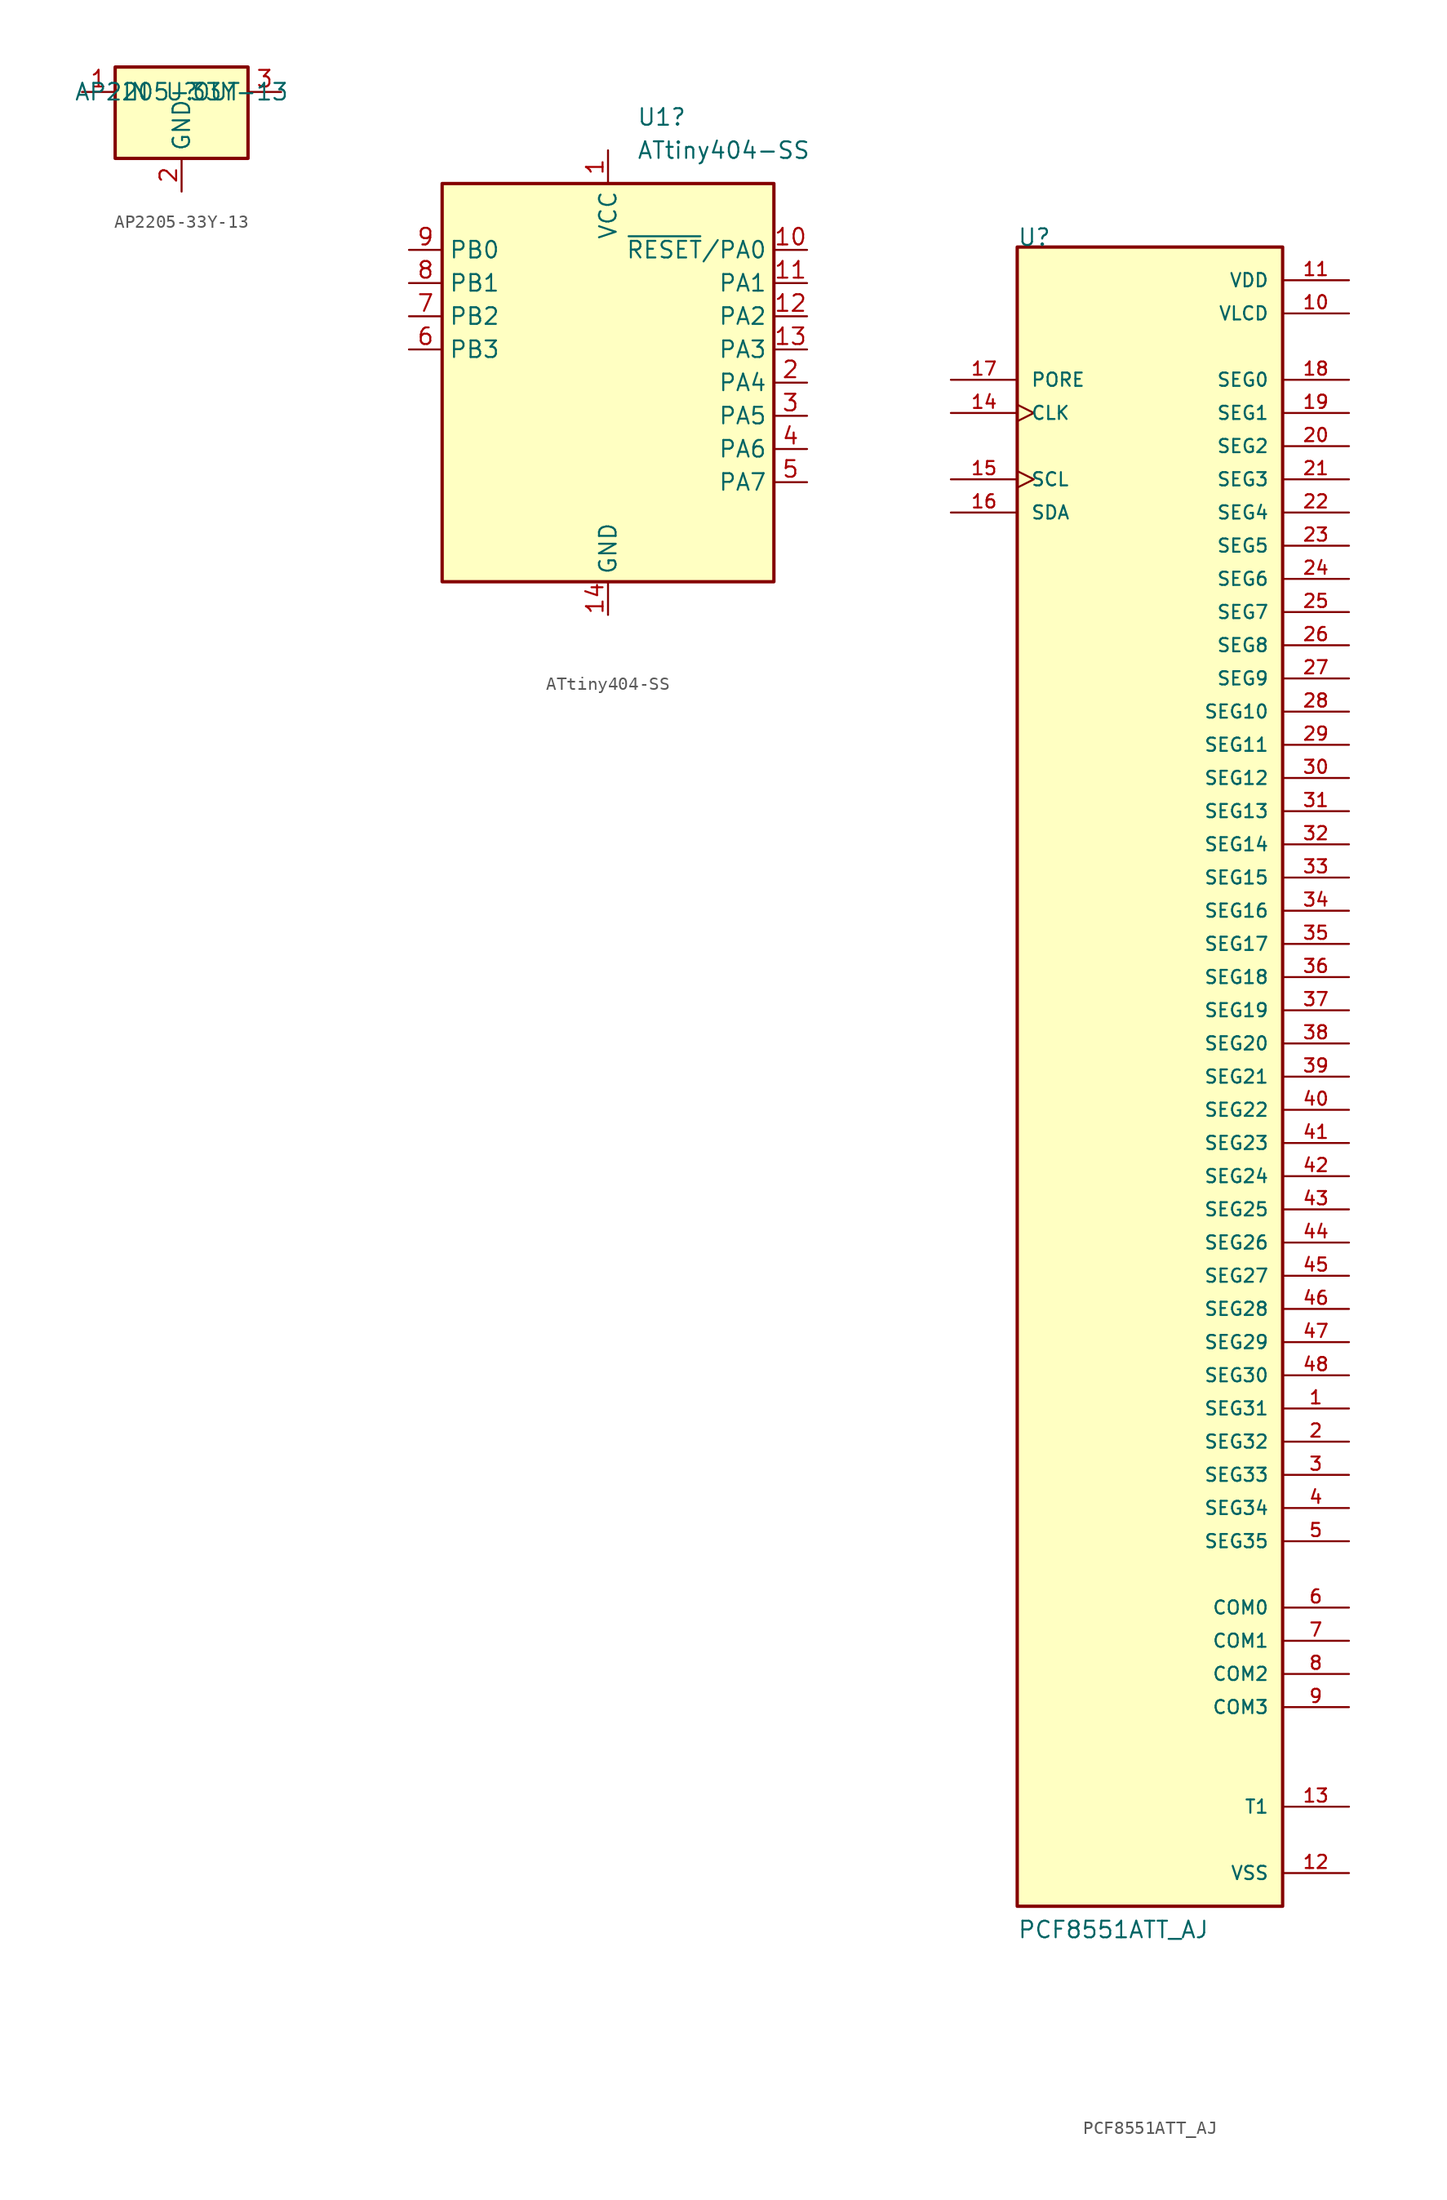
<source format=kicad_sym>
(kicad_symbol_lib
  (version 20231120)
  (generator "kicad_symbol_editor")
  (generator_version "8.0")
  (symbol "AP2205-33Y-13"
    (property "Reference" "U"
      (at 0 0 0)
      (effects (font (size 1.27 1.27))))
    (property "Value" "AP2205-33Y-13"
      (at 0 0 0)
      (effects (font (size 1.27 1.27))))
    (symbol "AP2205-33Y-13_0_1"
      (rectangle (start -5.08 1.905) (end 5.08 -5.08) (stroke (width 0.254) (type default)) (fill (type background))))
    (symbol "AP2205-33Y-13_1_1"
      (pin power_in line (at -7.62 0 0) (length 2.54) (name "IN" (effects (font (size 1.27 1.27)))) (number "1" (effects (font (size 1.27 1.27)))))
      (pin power_in line (at 0 -7.62 90) (length 2.54) (name "GND" (effects (font (size 1.27 1.27)))) (number "2" (effects (font (size 1.27 1.27)))))
      (pin power_out line (at 7.62 0 180) (length 2.54) (name "OUT" (effects (font (size 1.27 1.27)))) (number "3" (effects (font (size 1.27 1.27)))))))
  (symbol "ATtiny404-SS"
    (property "Reference" "U1"
      (at 2.194 20.32 0)
      (effects (font (size 1.27 1.27)) (justify left)))
    (property "Value" "ATtiny404-SS"
      (at 2.194 17.78 0)
      (effects (font (size 1.27 1.27)) (justify left)))
    (symbol "ATtiny404-SS_0_1"
      (rectangle (start -12.7 -15.24) (end 12.7 15.24) (stroke (width 0.254) (type default)) (fill (type background))))
    (symbol "ATtiny404-SS_1_1"
      (pin power_in line (at 0 17.78 270) (length 2.54) (name "VCC" (effects (font (size 1.27 1.27)))) (number "1" (effects (font (size 1.27 1.27)))))
      (pin bidirectional line (at 15.24 10.16 180) (length 2.54) (name "~{RESET}/PA0" (effects (font (size 1.27 1.27)))) (number "10" (effects (font (size 1.27 1.27)))))
      (pin bidirectional line (at 15.24 7.62 180) (length 2.54) (name "PA1" (effects (font (size 1.27 1.27)))) (number "11" (effects (font (size 1.27 1.27)))))
      (pin bidirectional line (at 15.24 5.08 180) (length 2.54) (name "PA2" (effects (font (size 1.27 1.27)))) (number "12" (effects (font (size 1.27 1.27)))))
      (pin bidirectional line (at 15.24 2.54 180) (length 2.54) (name "PA3" (effects (font (size 1.27 1.27)))) (number "13" (effects (font (size 1.27 1.27)))))
      (pin power_in line (at 0 -17.78 90) (length 2.54) (name "GND" (effects (font (size 1.27 1.27)))) (number "14" (effects (font (size 1.27 1.27)))))
      (pin bidirectional line (at 15.24 0 180) (length 2.54) (name "PA4" (effects (font (size 1.27 1.27)))) (number "2" (effects (font (size 1.27 1.27)))))
      (pin bidirectional line (at 15.24 -2.54 180) (length 2.54) (name "PA5" (effects (font (size 1.27 1.27)))) (number "3" (effects (font (size 1.27 1.27)))))
      (pin bidirectional line (at 15.24 -5.08 180) (length 2.54) (name "PA6" (effects (font (size 1.27 1.27)))) (number "4" (effects (font (size 1.27 1.27)))))
      (pin bidirectional line (at 15.24 -7.62 180) (length 2.54) (name "PA7" (effects (font (size 1.27 1.27)))) (number "5" (effects (font (size 1.27 1.27)))))
      (pin bidirectional line (at -15.24 2.54 0) (length 2.54) (name "PB3" (effects (font (size 1.27 1.27)))) (number "6" (effects (font (size 1.27 1.27)))))
      (pin bidirectional line (at -15.24 5.08 0) (length 2.54) (name "PB2" (effects (font (size 1.27 1.27)))) (number "7" (effects (font (size 1.27 1.27)))))
      (pin bidirectional line (at -15.24 7.62 0) (length 2.54) (name "PB1" (effects (font (size 1.27 1.27)))) (number "8" (effects (font (size 1.27 1.27)))))
      (pin bidirectional line (at -15.24 10.16 0) (length 2.54) (name "PB0" (effects (font (size 1.27 1.27)))) (number "9" (effects (font (size 1.27 1.27)))))))
  (symbol "PCF8551ATT_AJ"
    (pin_names
      (offset 1.016))
    (property "Reference" "U"
      (at -10.16 63.5 0)
      (effects (font (size 1.27 1.27)) (justify left bottom)))
    (property "Value" "PCF8551ATT_AJ"
      (at -10.16 -66.04 0)
      (effects (font (size 1.27 1.27)) (justify left bottom)))
    (symbol "PCF8551ATT_AJ_0_0"
      (rectangle (start -10.16 -63.5) (end 10.16 63.5) (stroke (width 0.254) (type default)) (fill (type background)))
      (pin output line (at 15.24 -25.4 180) (length 5.08) (name "SEG31" (effects (font (size 1.016 1.016)))) (number "1" (effects (font (size 1.016 1.016)))))
      (pin power_in line (at 15.24 58.42 180) (length 5.08) (name "VLCD" (effects (font (size 1.016 1.016)))) (number "10" (effects (font (size 1.016 1.016)))))
      (pin power_in line (at 15.24 60.96 180) (length 5.08) (name "VDD" (effects (font (size 1.016 1.016)))) (number "11" (effects (font (size 1.016 1.016)))))
      (pin power_in line (at 15.24 -60.96 180) (length 5.08) (name "VSS" (effects (font (size 1.016 1.016)))) (number "12" (effects (font (size 1.016 1.016)))))
      (pin passive line (at 15.24 -55.88 180) (length 5.08) (name "T1" (effects (font (size 1.016 1.016)))) (number "13" (effects (font (size 1.016 1.016)))))
      (pin bidirectional clock (at -15.24 50.8 0) (length 5.08) (name "CLK" (effects (font (size 1.016 1.016)))) (number "14" (effects (font (size 1.016 1.016)))))
      (pin input clock (at -15.24 45.72 0) (length 5.08) (name "SCL" (effects (font (size 1.016 1.016)))) (number "15" (effects (font (size 1.016 1.016)))))
      (pin bidirectional line (at -15.24 43.18 0) (length 5.08) (name "SDA" (effects (font (size 1.016 1.016)))) (number "16" (effects (font (size 1.016 1.016)))))
      (pin input line (at -15.24 53.34 0) (length 5.08) (name "PORE" (effects (font (size 1.016 1.016)))) (number "17" (effects (font (size 1.016 1.016)))))
      (pin output line (at 15.24 53.34 180) (length 5.08) (name "SEG0" (effects (font (size 1.016 1.016)))) (number "18" (effects (font (size 1.016 1.016)))))
      (pin output line (at 15.24 50.8 180) (length 5.08) (name "SEG1" (effects (font (size 1.016 1.016)))) (number "19" (effects (font (size 1.016 1.016)))))
      (pin output line (at 15.24 -27.94 180) (length 5.08) (name "SEG32" (effects (font (size 1.016 1.016)))) (number "2" (effects (font (size 1.016 1.016)))))
      (pin output line (at 15.24 48.26 180) (length 5.08) (name "SEG2" (effects (font (size 1.016 1.016)))) (number "20" (effects (font (size 1.016 1.016)))))
      (pin output line (at 15.24 45.72 180) (length 5.08) (name "SEG3" (effects (font (size 1.016 1.016)))) (number "21" (effects (font (size 1.016 1.016)))))
      (pin output line (at 15.24 43.18 180) (length 5.08) (name "SEG4" (effects (font (size 1.016 1.016)))) (number "22" (effects (font (size 1.016 1.016)))))
      (pin output line (at 15.24 40.64 180) (length 5.08) (name "SEG5" (effects (font (size 1.016 1.016)))) (number "23" (effects (font (size 1.016 1.016)))))
      (pin output line (at 15.24 38.1 180) (length 5.08) (name "SEG6" (effects (font (size 1.016 1.016)))) (number "24" (effects (font (size 1.016 1.016)))))
      (pin output line (at 15.24 35.56 180) (length 5.08) (name "SEG7" (effects (font (size 1.016 1.016)))) (number "25" (effects (font (size 1.016 1.016)))))
      (pin output line (at 15.24 33.02 180) (length 5.08) (name "SEG8" (effects (font (size 1.016 1.016)))) (number "26" (effects (font (size 1.016 1.016)))))
      (pin output line (at 15.24 30.48 180) (length 5.08) (name "SEG9" (effects (font (size 1.016 1.016)))) (number "27" (effects (font (size 1.016 1.016)))))
      (pin output line (at 15.24 27.94 180) (length 5.08) (name "SEG10" (effects (font (size 1.016 1.016)))) (number "28" (effects (font (size 1.016 1.016)))))
      (pin output line (at 15.24 25.4 180) (length 5.08) (name "SEG11" (effects (font (size 1.016 1.016)))) (number "29" (effects (font (size 1.016 1.016)))))
      (pin output line (at 15.24 -30.48 180) (length 5.08) (name "SEG33" (effects (font (size 1.016 1.016)))) (number "3" (effects (font (size 1.016 1.016)))))
      (pin output line (at 15.24 22.86 180) (length 5.08) (name "SEG12" (effects (font (size 1.016 1.016)))) (number "30" (effects (font (size 1.016 1.016)))))
      (pin output line (at 15.24 20.32 180) (length 5.08) (name "SEG13" (effects (font (size 1.016 1.016)))) (number "31" (effects (font (size 1.016 1.016)))))
      (pin output line (at 15.24 17.78 180) (length 5.08) (name "SEG14" (effects (font (size 1.016 1.016)))) (number "32" (effects (font (size 1.016 1.016)))))
      (pin output line (at 15.24 15.24 180) (length 5.08) (name "SEG15" (effects (font (size 1.016 1.016)))) (number "33" (effects (font (size 1.016 1.016)))))
      (pin output line (at 15.24 12.7 180) (length 5.08) (name "SEG16" (effects (font (size 1.016 1.016)))) (number "34" (effects (font (size 1.016 1.016)))))
      (pin output line (at 15.24 10.16 180) (length 5.08) (name "SEG17" (effects (font (size 1.016 1.016)))) (number "35" (effects (font (size 1.016 1.016)))))
      (pin output line (at 15.24 7.62 180) (length 5.08) (name "SEG18" (effects (font (size 1.016 1.016)))) (number "36" (effects (font (size 1.016 1.016)))))
      (pin output line (at 15.24 5.08 180) (length 5.08) (name "SEG19" (effects (font (size 1.016 1.016)))) (number "37" (effects (font (size 1.016 1.016)))))
      (pin output line (at 15.24 2.54 180) (length 5.08) (name "SEG20" (effects (font (size 1.016 1.016)))) (number "38" (effects (font (size 1.016 1.016)))))
      (pin output line (at 15.24 0 180) (length 5.08) (name "SEG21" (effects (font (size 1.016 1.016)))) (number "39" (effects (font (size 1.016 1.016)))))
      (pin output line (at 15.24 -33.02 180) (length 5.08) (name "SEG34" (effects (font (size 1.016 1.016)))) (number "4" (effects (font (size 1.016 1.016)))))
      (pin output line (at 15.24 -2.54 180) (length 5.08) (name "SEG22" (effects (font (size 1.016 1.016)))) (number "40" (effects (font (size 1.016 1.016)))))
      (pin output line (at 15.24 -5.08 180) (length 5.08) (name "SEG23" (effects (font (size 1.016 1.016)))) (number "41" (effects (font (size 1.016 1.016)))))
      (pin output line (at 15.24 -7.62 180) (length 5.08) (name "SEG24" (effects (font (size 1.016 1.016)))) (number "42" (effects (font (size 1.016 1.016)))))
      (pin output line (at 15.24 -10.16 180) (length 5.08) (name "SEG25" (effects (font (size 1.016 1.016)))) (number "43" (effects (font (size 1.016 1.016)))))
      (pin output line (at 15.24 -12.7 180) (length 5.08) (name "SEG26" (effects (font (size 1.016 1.016)))) (number "44" (effects (font (size 1.016 1.016)))))
      (pin output line (at 15.24 -15.24 180) (length 5.08) (name "SEG27" (effects (font (size 1.016 1.016)))) (number "45" (effects (font (size 1.016 1.016)))))
      (pin output line (at 15.24 -17.78 180) (length 5.08) (name "SEG28" (effects (font (size 1.016 1.016)))) (number "46" (effects (font (size 1.016 1.016)))))
      (pin output line (at 15.24 -20.32 180) (length 5.08) (name "SEG29" (effects (font (size 1.016 1.016)))) (number "47" (effects (font (size 1.016 1.016)))))
      (pin output line (at 15.24 -22.86 180) (length 5.08) (name "SEG30" (effects (font (size 1.016 1.016)))) (number "48" (effects (font (size 1.016 1.016)))))
      (pin output line (at 15.24 -35.56 180) (length 5.08) (name "SEG35" (effects (font (size 1.016 1.016)))) (number "5" (effects (font (size 1.016 1.016)))))
      (pin output line (at 15.24 -40.64 180) (length 5.08) (name "COM0" (effects (font (size 1.016 1.016)))) (number "6" (effects (font (size 1.016 1.016)))))
      (pin output line (at 15.24 -43.18 180) (length 5.08) (name "COM1" (effects (font (size 1.016 1.016)))) (number "7" (effects (font (size 1.016 1.016)))))
      (pin output line (at 15.24 -45.72 180) (length 5.08) (name "COM2" (effects (font (size 1.016 1.016)))) (number "8" (effects (font (size 1.016 1.016)))))
      (pin output line (at 15.24 -48.26 180) (length 5.08) (name "COM3" (effects (font (size 1.016 1.016)))) (number "9" (effects (font (size 1.016 1.016))))))))
</source>
